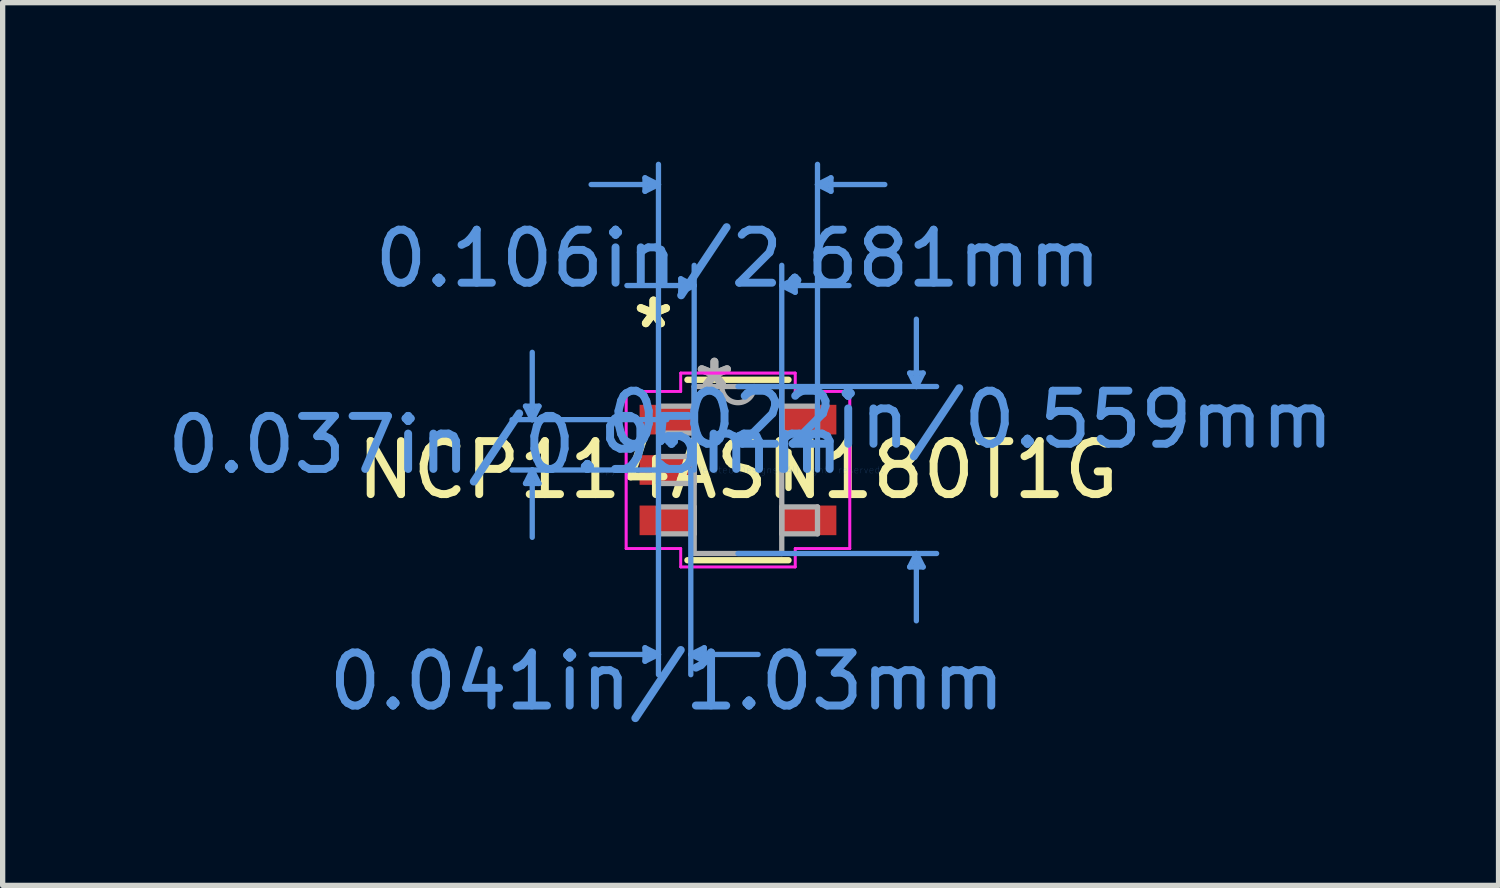
<source format=kicad_pcb>
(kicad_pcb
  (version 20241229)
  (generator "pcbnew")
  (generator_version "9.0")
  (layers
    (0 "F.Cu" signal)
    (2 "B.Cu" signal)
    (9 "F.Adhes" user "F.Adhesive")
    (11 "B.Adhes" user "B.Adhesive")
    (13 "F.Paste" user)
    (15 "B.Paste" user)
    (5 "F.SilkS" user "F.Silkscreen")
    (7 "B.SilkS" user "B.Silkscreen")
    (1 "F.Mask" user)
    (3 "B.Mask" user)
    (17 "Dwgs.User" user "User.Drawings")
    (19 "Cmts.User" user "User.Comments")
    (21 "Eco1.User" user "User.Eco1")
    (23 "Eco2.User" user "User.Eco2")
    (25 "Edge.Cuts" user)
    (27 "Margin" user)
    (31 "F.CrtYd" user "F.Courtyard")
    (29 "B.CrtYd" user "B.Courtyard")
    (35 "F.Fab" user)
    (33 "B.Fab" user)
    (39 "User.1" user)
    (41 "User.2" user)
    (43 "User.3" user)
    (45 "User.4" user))
  (footprint "NCP114ASN180T1G"
    (layer "F.Cu")
    (at 10.871 5.816)
    (property "Reference" "NCP114ASN180T1G" (at 0 0 0) (layer "F.SilkS") (effects (font (size 1 1) (thickness 0.15))))
    (attr through_hole)
    (fp_line (start -0.953 1.702) (end 0.953 1.702) (stroke (width 0.12) (type solid)) (layer "F.SilkS"))
    (fp_line (start 0.953 -1.702) (end -0.953 -1.702) (stroke (width 0.12) (type solid)) (layer "F.SilkS"))
    (fp_line (start 0.953 0.338) (end 0.953 -0.338) (stroke (width 0.12) (type solid)) (layer "F.SilkS"))
    (fp_line (start -4.008 -1.204) (end -3.754 -1.204) (stroke (width 0.1) (type solid)) (layer "Cmts.User"))
    (fp_line (start -4.008 0.254) (end -3.754 0.254) (stroke (width 0.1) (type solid)) (layer "Cmts.User"))
    (fp_line (start -3.881 -0.95) (end -4.008 -1.204) (stroke (width 0.1) (type solid)) (layer "Cmts.User"))
    (fp_line (start -3.881 -0.95) (end -3.881 -2.22) (stroke (width 0.1) (type solid)) (layer "Cmts.User"))
    (fp_line (start -3.881 -0.95) (end -3.754 -1.204) (stroke (width 0.1) (type solid)) (layer "Cmts.User"))
    (fp_line (start -3.881 0) (end -4.008 0.254) (stroke (width 0.1) (type solid)) (layer "Cmts.User"))
    (fp_line (start -3.881 0) (end -3.881 1.27) (stroke (width 0.1) (type solid)) (layer "Cmts.User"))
    (fp_line (start -3.881 0) (end -3.754 0.254) (stroke (width 0.1) (type solid)) (layer "Cmts.User"))
    (fp_line (start -1.754 -5.512) (end -1.754 -5.258) (stroke (width 0.1) (type solid)) (layer "Cmts.User"))
    (fp_line (start -1.754 3.353) (end -1.754 3.607) (stroke (width 0.1) (type solid)) (layer "Cmts.User"))
    (fp_line (start -1.5 -5.385) (end -2.77 -5.385) (stroke (width 0.1) (type solid)) (layer "Cmts.User"))
    (fp_line (start -1.5 -5.385) (end -1.754 -5.512) (stroke (width 0.1) (type solid)) (layer "Cmts.User"))
    (fp_line (start -1.5 -5.385) (end -1.754 -5.258) (stroke (width 0.1) (type solid)) (layer "Cmts.User"))
    (fp_line (start -1.5 0) (end -1.5 -5.766) (stroke (width 0.1) (type solid)) (layer "Cmts.User"))
    (fp_line (start -1.5 0) (end -1.5 3.861) (stroke (width 0.1) (type solid)) (layer "Cmts.User"))
    (fp_line (start -1.5 3.48) (end -2.77 3.48) (stroke (width 0.1) (type solid)) (layer "Cmts.User"))
    (fp_line (start -1.5 3.48) (end -1.754 3.353) (stroke (width 0.1) (type solid)) (layer "Cmts.User"))
    (fp_line (start -1.5 3.48) (end -1.754 3.607) (stroke (width 0.1) (type solid)) (layer "Cmts.User"))
    (fp_line (start -1.341 -0.95) (end -4.262 -0.95) (stroke (width 0.1) (type solid)) (layer "Cmts.User"))
    (fp_line (start -1.341 0) (end -4.262 0) (stroke (width 0.1) (type solid)) (layer "Cmts.User"))
    (fp_line (start -1.079 -3.607) (end -1.079 -3.353) (stroke (width 0.1) (type solid)) (layer "Cmts.User"))
    (fp_line (start -0.89 0) (end -0.89 3.861) (stroke (width 0.1) (type solid)) (layer "Cmts.User"))
    (fp_line (start -0.89 3.48) (end -0.636 3.353) (stroke (width 0.1) (type solid)) (layer "Cmts.User"))
    (fp_line (start -0.89 3.48) (end -0.636 3.607) (stroke (width 0.1) (type solid)) (layer "Cmts.User"))
    (fp_line (start -0.89 3.48) (end 0.38 3.48) (stroke (width 0.1) (type solid)) (layer "Cmts.User"))
    (fp_line (start -0.826 -3.48) (end -2.095 -3.48) (stroke (width 0.1) (type solid)) (layer "Cmts.User"))
    (fp_line (start -0.826 -3.48) (end -1.079 -3.607) (stroke (width 0.1) (type solid)) (layer "Cmts.User"))
    (fp_line (start -0.826 -3.48) (end -1.079 -3.353) (stroke (width 0.1) (type solid)) (layer "Cmts.User"))
    (fp_line (start -0.826 0) (end -0.826 -3.861) (stroke (width 0.1) (type solid)) (layer "Cmts.User"))
    (fp_line (start -0.636 3.353) (end -0.636 3.607) (stroke (width 0.1) (type solid)) (layer "Cmts.User"))
    (fp_line (start 0 -1.575) (end 3.747 -1.575) (stroke (width 0.1) (type solid)) (layer "Cmts.User"))
    (fp_line (start 0 1.575) (end 3.747 1.575) (stroke (width 0.1) (type solid)) (layer "Cmts.User"))
    (fp_line (start 0.826 -3.48) (end 1.079 -3.607) (stroke (width 0.1) (type solid)) (layer "Cmts.User"))
    (fp_line (start 0.826 -3.48) (end 1.079 -3.353) (stroke (width 0.1) (type solid)) (layer "Cmts.User"))
    (fp_line (start 0.826 -3.48) (end 2.095 -3.48) (stroke (width 0.1) (type solid)) (layer "Cmts.User"))
    (fp_line (start 0.826 0) (end 0.826 -3.861) (stroke (width 0.1) (type solid)) (layer "Cmts.User"))
    (fp_line (start 1.079 -3.607) (end 1.079 -3.353) (stroke (width 0.1) (type solid)) (layer "Cmts.User"))
    (fp_line (start 1.5 -5.385) (end 1.754 -5.512) (stroke (width 0.1) (type solid)) (layer "Cmts.User"))
    (fp_line (start 1.5 -5.385) (end 1.754 -5.258) (stroke (width 0.1) (type solid)) (layer "Cmts.User"))
    (fp_line (start 1.5 -5.385) (end 2.77 -5.385) (stroke (width 0.1) (type solid)) (layer "Cmts.User"))
    (fp_line (start 1.5 0) (end 1.5 -5.766) (stroke (width 0.1) (type solid)) (layer "Cmts.User"))
    (fp_line (start 1.754 -5.512) (end 1.754 -5.258) (stroke (width 0.1) (type solid)) (layer "Cmts.User"))
    (fp_line (start 3.239 -1.829) (end 3.493 -1.829) (stroke (width 0.1) (type solid)) (layer "Cmts.User"))
    (fp_line (start 3.239 1.829) (end 3.493 1.829) (stroke (width 0.1) (type solid)) (layer "Cmts.User"))
    (fp_line (start 3.365 -1.575) (end 3.239 -1.829) (stroke (width 0.1) (type solid)) (layer "Cmts.User"))
    (fp_line (start 3.365 -1.575) (end 3.365 -2.845) (stroke (width 0.1) (type solid)) (layer "Cmts.User"))
    (fp_line (start 3.365 -1.575) (end 3.493 -1.829) (stroke (width 0.1) (type solid)) (layer "Cmts.User"))
    (fp_line (start 3.365 1.575) (end 3.239 1.829) (stroke (width 0.1) (type solid)) (layer "Cmts.User"))
    (fp_line (start 3.365 1.575) (end 3.365 2.845) (stroke (width 0.1) (type solid)) (layer "Cmts.User"))
    (fp_line (start 3.365 1.575) (end 3.493 1.829) (stroke (width 0.1) (type solid)) (layer "Cmts.User"))
    (fp_line (start -2.11 -1.483) (end -1.079 -1.483) (stroke (width 0.05) (type solid)) (layer "F.CrtYd"))
    (fp_line (start -2.11 -1.483) (end -1.079 -1.483) (stroke (width 0.05) (type solid)) (layer "F.CrtYd"))
    (fp_line (start -2.11 1.483) (end -2.11 -1.483) (stroke (width 0.05) (type solid)) (layer "F.CrtYd"))
    (fp_line (start -2.11 1.483) (end -2.11 -1.483) (stroke (width 0.05) (type solid)) (layer "F.CrtYd"))
    (fp_line (start -2.11 1.483) (end -1.079 1.483) (stroke (width 0.05) (type solid)) (layer "F.CrtYd"))
    (fp_line (start -1.079 -1.829) (end 1.079 -1.829) (stroke (width 0.05) (type solid)) (layer "F.CrtYd"))
    (fp_line (start -1.079 -1.829) (end 1.079 -1.829) (stroke (width 0.05) (type solid)) (layer "F.CrtYd"))
    (fp_line (start -1.079 -1.483) (end -1.079 -1.829) (stroke (width 0.05) (type solid)) (layer "F.CrtYd"))
    (fp_line (start -1.079 -1.483) (end -1.079 -1.829) (stroke (width 0.05) (type solid)) (layer "F.CrtYd"))
    (fp_line (start -1.079 1.483) (end -2.11 1.483) (stroke (width 0.05) (type solid)) (layer "F.CrtYd"))
    (fp_line (start -1.079 1.829) (end -1.079 1.483) (stroke (width 0.05) (type solid)) (layer "F.CrtYd"))
    (fp_line (start -1.079 1.829) (end -1.079 1.483) (stroke (width 0.05) (type solid)) (layer "F.CrtYd"))
    (fp_line (start 1.079 -1.829) (end 1.079 -1.483) (stroke (width 0.05) (type solid)) (layer "F.CrtYd"))
    (fp_line (start 1.079 -1.829) (end 1.079 -1.483) (stroke (width 0.05) (type solid)) (layer "F.CrtYd"))
    (fp_line (start 1.079 -1.483) (end 2.11 -1.483) (stroke (width 0.05) (type solid)) (layer "F.CrtYd"))
    (fp_line (start 1.079 1.483) (end 1.079 1.829) (stroke (width 0.05) (type solid)) (layer "F.CrtYd"))
    (fp_line (start 1.079 1.483) (end 1.079 1.829) (stroke (width 0.05) (type solid)) (layer "F.CrtYd"))
    (fp_line (start 1.079 1.829) (end -1.079 1.829) (stroke (width 0.05) (type solid)) (layer "F.CrtYd"))
    (fp_line (start 1.079 1.829) (end -1.079 1.829) (stroke (width 0.05) (type solid)) (layer "F.CrtYd"))
    (fp_line (start 2.11 -1.483) (end 1.079 -1.483) (stroke (width 0.05) (type solid)) (layer "F.CrtYd"))
    (fp_line (start 2.11 -1.483) (end 2.11 1.483) (stroke (width 0.05) (type solid)) (layer "F.CrtYd"))
    (fp_line (start 2.11 -1.483) (end 2.11 1.483) (stroke (width 0.05) (type solid)) (layer "F.CrtYd"))
    (fp_line (start 2.11 1.483) (end 1.079 1.483) (stroke (width 0.05) (type solid)) (layer "F.CrtYd"))
    (fp_line (start 2.11 1.483) (end 1.079 1.483) (stroke (width 0.05) (type solid)) (layer "F.CrtYd"))
    (fp_line (start -1.5 -1.204) (end -1.5 -0.696) (stroke (width 0.1) (type solid)) (layer "F.Fab"))
    (fp_line (start -1.5 -0.696) (end -0.826 -0.696) (stroke (width 0.1) (type solid)) (layer "F.Fab"))
    (fp_line (start -1.5 -0.254) (end -1.5 0.254) (stroke (width 0.1) (type solid)) (layer "F.Fab"))
    (fp_line (start -1.5 0.254) (end -0.826 0.254) (stroke (width 0.1) (type solid)) (layer "F.Fab"))
    (fp_line (start -1.5 0.696) (end -1.5 1.204) (stroke (width 0.1) (type solid)) (layer "F.Fab"))
    (fp_line (start -1.5 1.204) (end -0.826 1.204) (stroke (width 0.1) (type solid)) (layer "F.Fab"))
    (fp_line (start -0.826 -1.575) (end -0.826 1.575) (stroke (width 0.1) (type solid)) (layer "F.Fab"))
    (fp_line (start -0.826 -1.204) (end -1.5 -1.204) (stroke (width 0.1) (type solid)) (layer "F.Fab"))
    (fp_line (start -0.826 -0.696) (end -0.826 -1.204) (stroke (width 0.1) (type solid)) (layer "F.Fab"))
    (fp_line (start -0.826 -0.254) (end -1.5 -0.254) (stroke (width 0.1) (type solid)) (layer "F.Fab"))
    (fp_line (start -0.826 0.254) (end -0.826 -0.254) (stroke (width 0.1) (type solid)) (layer "F.Fab"))
    (fp_line (start -0.826 0.696) (end -1.5 0.696) (stroke (width 0.1) (type solid)) (layer "F.Fab"))
    (fp_line (start -0.826 1.204) (end -0.826 0.696) (stroke (width 0.1) (type solid)) (layer "F.Fab"))
    (fp_line (start -0.826 1.575) (end 0.826 1.575) (stroke (width 0.1) (type solid)) (layer "F.Fab"))
    (fp_line (start 0.826 -1.575) (end -0.826 -1.575) (stroke (width 0.1) (type solid)) (layer "F.Fab"))
    (fp_line (start 0.826 -1.204) (end 0.826 -0.696) (stroke (width 0.1) (type solid)) (layer "F.Fab"))
    (fp_line (start 0.826 -0.696) (end 1.5 -0.696) (stroke (width 0.1) (type solid)) (layer "F.Fab"))
    (fp_line (start 0.826 0.696) (end 0.826 1.204) (stroke (width 0.1) (type solid)) (layer "F.Fab"))
    (fp_line (start 0.826 1.204) (end 1.5 1.204) (stroke (width 0.1) (type solid)) (layer "F.Fab"))
    (fp_line (start 0.826 1.575) (end 0.826 -1.575) (stroke (width 0.1) (type solid)) (layer "F.Fab"))
    (fp_line (start 1.5 -1.204) (end 0.826 -1.204) (stroke (width 0.1) (type solid)) (layer "F.Fab"))
    (fp_line (start 1.5 -0.696) (end 1.5 -1.204) (stroke (width 0.1) (type solid)) (layer "F.Fab"))
    (fp_line (start 1.5 0.696) (end 0.826 0.696) (stroke (width 0.1) (type solid)) (layer "F.Fab"))
    (fp_line (start 1.5 1.204) (end 1.5 0.696) (stroke (width 0.1) (type solid)) (layer "F.Fab"))
    (fp_arc (start 0.3048 -1.5748) (mid 0 -1.27) (end -0.3048 -1.5748) (stroke (width 0.1) (type solid)) (layer "F.Fab"))
    (fp_text user "*" (at -1.595 -2.652 0) (layer "F.SilkS") (effects (font (size 1 1) (thickness 0.15))))
    (fp_text user "*" (at -1.595 -2.652 0) (layer "F.SilkS") (effects (font (size 1 1) (thickness 0.15))))
    (fp_text user "0.022in/0.559mm" (at 4.389 -0.95 0) (layer "Cmts.User") (effects (font (size 1 1) (thickness 0.15))))
    (fp_text user "0.041in/1.03mm" (at -1.341 3.988 0) (layer "Cmts.User") (effects (font (size 1 1) (thickness 0.15))))
    (fp_text user "Copyright 2021 Accelerated Designs. All rights reserved." (at 0 0 0) (layer "Cmts.User") (effects (font (size 0.127 0.127) (thickness 0.002))))
    (fp_text user "0.106in/2.681mm" (at 0 -3.988 0) (layer "Cmts.User") (effects (font (size 1 1) (thickness 0.15))))
    (fp_text user "0.037in/0.95mm" (at -4.389 -0.475 0) (layer "Cmts.User") (effects (font (size 1 1) (thickness 0.15))))
    (fp_text user "*" (at -0.445 -1.499 0) (layer "F.Fab") (effects (font (size 1 1) (thickness 0.15))))
    (fp_text user "*" (at -0.445 -1.499 0) (layer "F.Fab") (effects (font (size 1 1) (thickness 0.15))))
    (pad "1" smd rect (at -1.341 -0.95) (size 1.03 0.559) (layers "F.Cu" "F.Mask" "F.Paste"))
    (pad "2" smd rect (at -1.341 0) (size 1.03 0.559) (layers "F.Cu" "F.Mask" "F.Paste"))
    (pad "3" smd rect (at -1.341 0.95) (size 1.03 0.559) (layers "F.Cu" "F.Mask" "F.Paste"))
    (pad "4" smd rect (at 1.341 0.95) (size 1.03 0.559) (layers "F.Cu" "F.Mask" "F.Paste"))
    (pad "5" smd rect (at 1.341 -0.95) (size 1.03 0.559) (layers "F.Cu" "F.Mask" "F.Paste")))
  (gr_rect
    (start -3 -3)
    (end 25.218 13.652)
    (stroke (width 0.1) (type default))
    (fill no)
    (layer "Edge.Cuts")))
</source>
